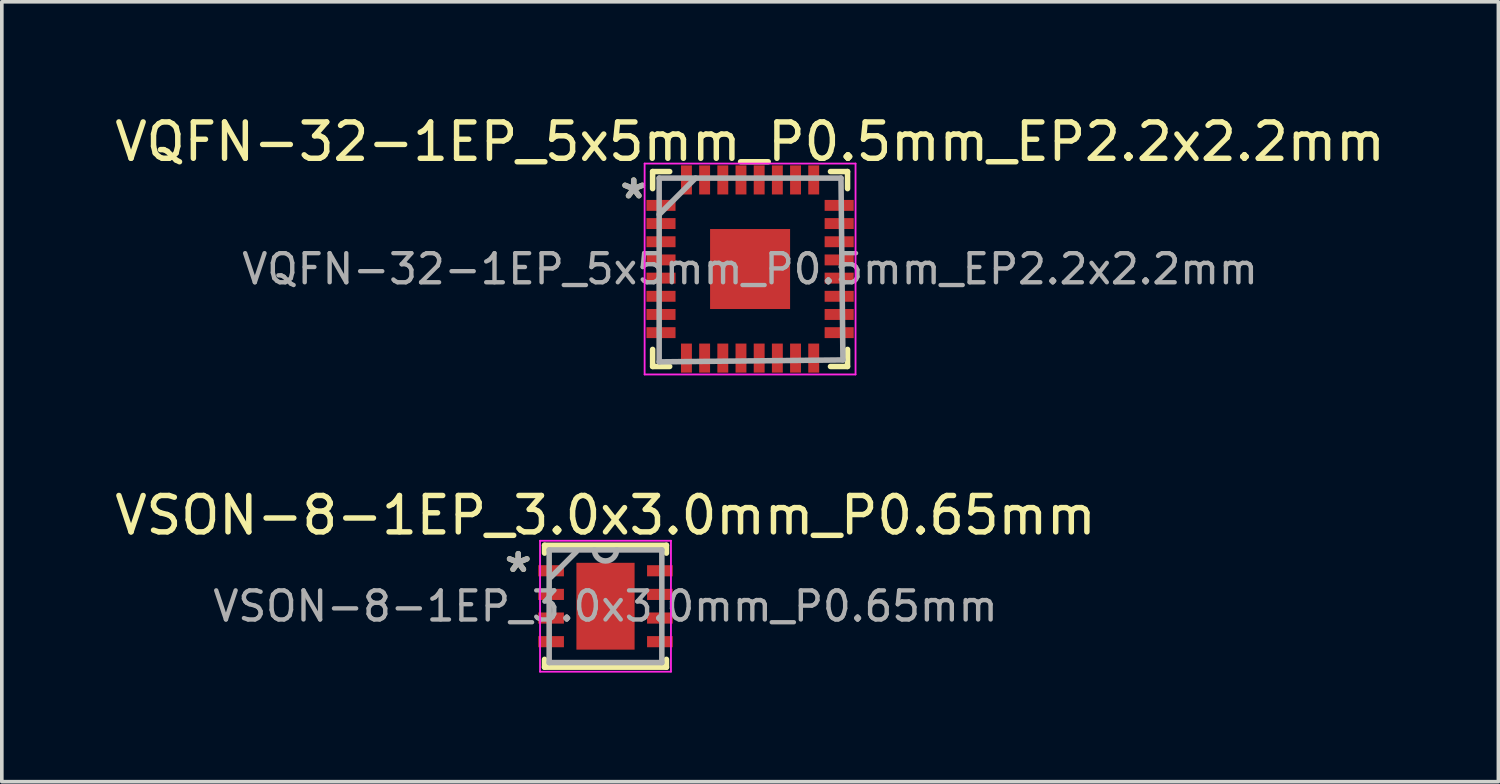
<source format=kicad_pcb>
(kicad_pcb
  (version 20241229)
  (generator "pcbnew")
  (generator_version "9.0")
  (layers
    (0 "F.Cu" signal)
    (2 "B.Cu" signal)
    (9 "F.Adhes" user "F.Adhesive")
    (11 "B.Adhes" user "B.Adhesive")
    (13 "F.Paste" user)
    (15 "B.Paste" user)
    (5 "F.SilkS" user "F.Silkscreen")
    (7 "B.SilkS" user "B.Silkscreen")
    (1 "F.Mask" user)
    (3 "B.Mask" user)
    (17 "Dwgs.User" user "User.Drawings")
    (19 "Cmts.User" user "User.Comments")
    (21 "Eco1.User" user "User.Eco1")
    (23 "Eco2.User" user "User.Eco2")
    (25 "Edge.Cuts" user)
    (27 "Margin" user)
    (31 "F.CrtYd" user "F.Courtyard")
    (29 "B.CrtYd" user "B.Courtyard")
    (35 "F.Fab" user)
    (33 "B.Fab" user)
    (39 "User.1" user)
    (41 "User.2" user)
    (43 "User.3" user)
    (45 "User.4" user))
  (footprint "VSON-8-1EP_3.0x3.0mm_P0.65mm"
    (layer "F.Cu")
    (at 13.601 13.621)
    (property "Reference" "VSON-8-1EP_3.0x3.0mm_P0.65mm" (at 0 -2.5 0) (layer "F.SilkS") (effects (font (size 1 1) (thickness 0.15))))
    (attr smd)
    (fp_line (start -1.676 -1.676) (end -1.676 -1.461) (stroke (width 0.152) (type solid)) (layer "F.SilkS"))
    (fp_line (start -1.676 1.461) (end -1.676 1.676) (stroke (width 0.152) (type solid)) (layer "F.SilkS"))
    (fp_line (start -1.676 1.676) (end 1.676 1.676) (stroke (width 0.152) (type solid)) (layer "F.SilkS"))
    (fp_line (start 1.676 -1.676) (end -1.676 -1.676) (stroke (width 0.152) (type solid)) (layer "F.SilkS"))
    (fp_line (start 1.676 -1.461) (end 1.676 -1.676) (stroke (width 0.152) (type solid)) (layer "F.SilkS"))
    (fp_line (start 1.676 1.676) (end 1.676 1.461) (stroke (width 0.152) (type solid)) (layer "F.SilkS"))
    (fp_line (start -1.8 -1.8) (end 1.8 -1.8) (stroke (width 0.05) (type solid)) (layer "F.CrtYd"))
    (fp_line (start -1.8 1.8) (end -1.8 -1.8) (stroke (width 0.05) (type solid)) (layer "F.CrtYd"))
    (fp_line (start 1.8 -1.8) (end 1.8 1.8) (stroke (width 0.05) (type solid)) (layer "F.CrtYd"))
    (fp_line (start 1.8 1.8) (end -1.8 1.8) (stroke (width 0.05) (type solid)) (layer "F.CrtYd"))
    (fp_line (start -1.549 -1.549) (end -1.549 1.549) (stroke (width 0.152) (type solid)) (layer "F.Fab"))
    (fp_line (start -1.549 1.549) (end 1.549 1.549) (stroke (width 0.152) (type solid)) (layer "F.Fab"))
    (fp_line (start -1.5 -0.8) (end -0.8 -1.5) (stroke (width 0.15) (type solid)) (layer "F.Fab"))
    (fp_line (start 1.549 -1.549) (end -1.549 -1.549) (stroke (width 0.152) (type solid)) (layer "F.Fab"))
    (fp_line (start 1.549 1.549) (end 1.549 -1.549) (stroke (width 0.152) (type solid)) (layer "F.Fab"))
    (fp_arc (start 0.3048 -1.5494) (mid 0 -1.2446) (end -0.3048 -1.5494) (stroke (width 0.1524) (type solid)) (layer "F.Fab"))
    (fp_text user "*" (at -2.4 -0.9 0) (layer "F.SilkS") (effects (font (size 1 1) (thickness 0.15))))
    (fp_text user "*" (at -2.4 -0.9 0) (layer "F.Fab") (effects (font (size 1 1) (thickness 0.15))))
    (fp_text user "${REFERENCE}" (at 0 0 0) (layer "F.Fab") (effects (font (size 0.8 0.8) (thickness 0.12))))
    (pad "1" smd rect (at -1.496 -0.975) (size 0.706 0.306) (layers "F.Cu" "F.Mask" "F.Paste"))
    (pad "2" smd rect (at -1.496 -0.325) (size 0.706 0.306) (layers "F.Cu" "F.Mask" "F.Paste"))
    (pad "3" smd rect (at -1.496 0.325) (size 0.706 0.306) (layers "F.Cu" "F.Mask" "F.Paste"))
    (pad "4" smd rect (at -1.496 0.975) (size 0.706 0.306) (layers "F.Cu" "F.Mask" "F.Paste"))
    (pad "5" smd rect (at 1.496 0.975) (size 0.706 0.306) (layers "F.Cu" "F.Mask" "F.Paste"))
    (pad "6" smd rect (at 1.496 0.325) (size 0.706 0.306) (layers "F.Cu" "F.Mask" "F.Paste"))
    (pad "7" smd rect (at 1.496 -0.325) (size 0.706 0.306) (layers "F.Cu" "F.Mask" "F.Paste"))
    (pad "8" smd rect (at 1.496 -0.975) (size 0.706 0.306) (layers "F.Cu" "F.Mask" "F.Paste"))
    (pad "9" smd rect (at 0 0) (size 1.6 2.388) (layers "F.Cu" "F.Mask" "F.Paste")))
  (footprint "VQFN-32-1EP_5x5mm_P0.5mm_EP2.2x2.2mm"
    (layer "F.Cu")
    (at 17.577 4.348)
    (property "Reference" "VQFN-32-1EP_5x5mm_P0.5mm_EP2.2x2.2mm" (at 0 -3.5 0) (layer "F.SilkS") (effects (font (size 1 1) (thickness 0.15))))
    (attr smd)
    (fp_line (start -2.68 -2.68) (end -2.68 -2.211) (stroke (width 0.152) (type solid)) (layer "F.SilkS"))
    (fp_line (start -2.68 2.211) (end -2.68 2.68) (stroke (width 0.152) (type solid)) (layer "F.SilkS"))
    (fp_line (start -2.68 2.68) (end -2.211 2.68) (stroke (width 0.152) (type solid)) (layer "F.SilkS"))
    (fp_line (start -2.211 -2.68) (end -2.68 -2.68) (stroke (width 0.152) (type solid)) (layer "F.SilkS"))
    (fp_line (start 2.211 2.68) (end 2.68 2.68) (stroke (width 0.152) (type solid)) (layer "F.SilkS"))
    (fp_line (start 2.68 -2.68) (end 2.211 -2.68) (stroke (width 0.152) (type solid)) (layer "F.SilkS"))
    (fp_line (start 2.68 -2.211) (end 2.68 -2.68) (stroke (width 0.152) (type solid)) (layer "F.SilkS"))
    (fp_line (start 2.68 2.68) (end 2.68 2.211) (stroke (width 0.152) (type solid)) (layer "F.SilkS"))
    (fp_poly (pts (xy -0.2 -0.2) (xy -1 -0.2) (xy -1 -1) (xy -0.2 -1)) (stroke (width 0.1) (type solid)) (fill yes) (layer "F.Paste"))
    (fp_poly (pts (xy -0.2 1) (xy -1 1) (xy -1 0.2) (xy -0.2 0.2)) (stroke (width 0.1) (type solid)) (fill yes) (layer "F.Paste"))
    (fp_poly (pts (xy 1 -0.2) (xy 0.2 -0.2) (xy 0.2 -1) (xy 1 -1)) (stroke (width 0.1) (type solid)) (fill yes) (layer "F.Paste"))
    (fp_poly (pts (xy 1 1) (xy 0.2 1) (xy 0.2 0.2) (xy 1 0.2)) (stroke (width 0.1) (type solid)) (fill yes) (layer "F.Paste"))
    (fp_line (start -2.9 -2.9) (end 2.9 -2.9) (stroke (width 0.05) (type solid)) (layer "F.CrtYd"))
    (fp_line (start -2.9 2.9) (end -2.9 -2.9) (stroke (width 0.05) (type solid)) (layer "F.CrtYd"))
    (fp_line (start 2.9 -2.9) (end 2.9 2.9) (stroke (width 0.05) (type solid)) (layer "F.CrtYd"))
    (fp_line (start 2.9 2.9) (end -2.9 2.9) (stroke (width 0.05) (type solid)) (layer "F.CrtYd"))
    (fp_line (start -2.5 -2.5) (end -2.5 2.553) (stroke (width 0.152) (type solid)) (layer "F.Fab"))
    (fp_line (start -2.5 -1.5) (end -1.5 -2.5) (stroke (width 0.152) (type solid)) (layer "F.Fab"))
    (fp_line (start -2.5 2.553) (end 2.553 2.5) (stroke (width 0.152) (type solid)) (layer "F.Fab"))
    (fp_line (start 2.5 -2.5) (end -2.5 -2.5) (stroke (width 0.152) (type solid)) (layer "F.Fab"))
    (fp_line (start 2.553 2.5) (end 2.5 -2.5) (stroke (width 0.152) (type solid)) (layer "F.Fab"))
    (fp_text user "*" (at -3.2 -1.9 0) (layer "F.SilkS") (effects (font (size 1 1) (thickness 0.15))))
    (fp_text user "*" (at -3.2 -1.9 0) (layer "F.Fab") (effects (font (size 1 1) (thickness 0.15))))
    (fp_text user "${REFERENCE}" (at 0 0 0) (layer "F.Fab") (effects (font (size 0.8 0.8) (thickness 0.12))))
    (pad "1" smd rect (at -2.45 -1.75 90) (size 0.3 0.8) (layers "F.Cu" "F.Mask" "F.Paste"))
    (pad "2" smd rect (at -2.45 -1.25 90) (size 0.3 0.8) (layers "F.Cu" "F.Mask" "F.Paste"))
    (pad "3" smd rect (at -2.45 -0.75 90) (size 0.3 0.8) (layers "F.Cu" "F.Mask" "F.Paste"))
    (pad "4" smd rect (at -2.45 -0.25 90) (size 0.3 0.8) (layers "F.Cu" "F.Mask" "F.Paste"))
    (pad "5" smd rect (at -2.45 0.25 90) (size 0.3 0.8) (layers "F.Cu" "F.Mask" "F.Paste"))
    (pad "6" smd rect (at -2.45 0.75 90) (size 0.3 0.8) (layers "F.Cu" "F.Mask" "F.Paste"))
    (pad "7" smd rect (at -2.45 1.25 90) (size 0.3 0.8) (layers "F.Cu" "F.Mask" "F.Paste"))
    (pad "8" smd rect (at -2.45 1.75 90) (size 0.3 0.8) (layers "F.Cu" "F.Mask" "F.Paste"))
    (pad "9" smd rect (at -1.75 2.45) (size 0.3 0.8) (layers "F.Cu" "F.Mask" "F.Paste"))
    (pad "10" smd rect (at -1.25 2.45) (size 0.3 0.8) (layers "F.Cu" "F.Mask" "F.Paste"))
    (pad "11" smd rect (at -0.75 2.45) (size 0.3 0.8) (layers "F.Cu" "F.Mask" "F.Paste"))
    (pad "12" smd rect (at -0.25 2.45) (size 0.3 0.8) (layers "F.Cu" "F.Mask" "F.Paste"))
    (pad "13" smd rect (at 0.25 2.45) (size 0.3 0.8) (layers "F.Cu" "F.Mask" "F.Paste"))
    (pad "14" smd rect (at 0.75 2.45) (size 0.3 0.8) (layers "F.Cu" "F.Mask" "F.Paste"))
    (pad "15" smd rect (at 1.25 2.45) (size 0.3 0.8) (layers "F.Cu" "F.Mask" "F.Paste"))
    (pad "16" smd rect (at 1.75 2.45) (size 0.3 0.8) (layers "F.Cu" "F.Mask" "F.Paste"))
    (pad "17" smd rect (at 2.45 1.75 90) (size 0.3 0.8) (layers "F.Cu" "F.Mask" "F.Paste"))
    (pad "18" smd rect (at 2.45 1.25 90) (size 0.3 0.8) (layers "F.Cu" "F.Mask" "F.Paste"))
    (pad "19" smd rect (at 2.45 0.75 90) (size 0.3 0.8) (layers "F.Cu" "F.Mask" "F.Paste"))
    (pad "20" smd rect (at 2.45 0.25 90) (size 0.3 0.8) (layers "F.Cu" "F.Mask" "F.Paste"))
    (pad "21" smd rect (at 2.45 -0.25 90) (size 0.3 0.8) (layers "F.Cu" "F.Mask" "F.Paste"))
    (pad "22" smd rect (at 2.45 -0.75 90) (size 0.3 0.8) (layers "F.Cu" "F.Mask" "F.Paste"))
    (pad "23" smd rect (at 2.45 -1.25 90) (size 0.3 0.8) (layers "F.Cu" "F.Mask" "F.Paste"))
    (pad "24" smd rect (at 2.45 -1.75 90) (size 0.3 0.8) (layers "F.Cu" "F.Mask" "F.Paste"))
    (pad "25" smd rect (at 1.75 -2.45) (size 0.3 0.8) (layers "F.Cu" "F.Mask" "F.Paste"))
    (pad "26" smd rect (at 1.25 -2.45) (size 0.3 0.8) (layers "F.Cu" "F.Mask" "F.Paste"))
    (pad "27" smd rect (at 0.75 -2.45) (size 0.3 0.8) (layers "F.Cu" "F.Mask" "F.Paste"))
    (pad "28" smd rect (at 0.25 -2.45) (size 0.3 0.8) (layers "F.Cu" "F.Mask" "F.Paste"))
    (pad "29" smd rect (at -0.25 -2.45) (size 0.3 0.8) (layers "F.Cu" "F.Mask" "F.Paste"))
    (pad "30" smd rect (at -0.75 -2.45) (size 0.3 0.8) (layers "F.Cu" "F.Mask" "F.Paste"))
    (pad "31" smd rect (at -1.25 -2.45) (size 0.3 0.8) (layers "F.Cu" "F.Mask" "F.Paste"))
    (pad "32" smd rect (at -1.75 -2.45) (size 0.3 0.8) (layers "F.Cu" "F.Mask" "F.Paste"))
    (pad "33" smd rect (at 0 0) (size 2.2 2.2) (layers "F.Cu" "F.Mask")))
  (gr_rect
    (start -3 -3)
    (end 38.155 18.447)
    (stroke (width 0.1) (type default))
    (fill no)
    (layer "Edge.Cuts")))
</source>
